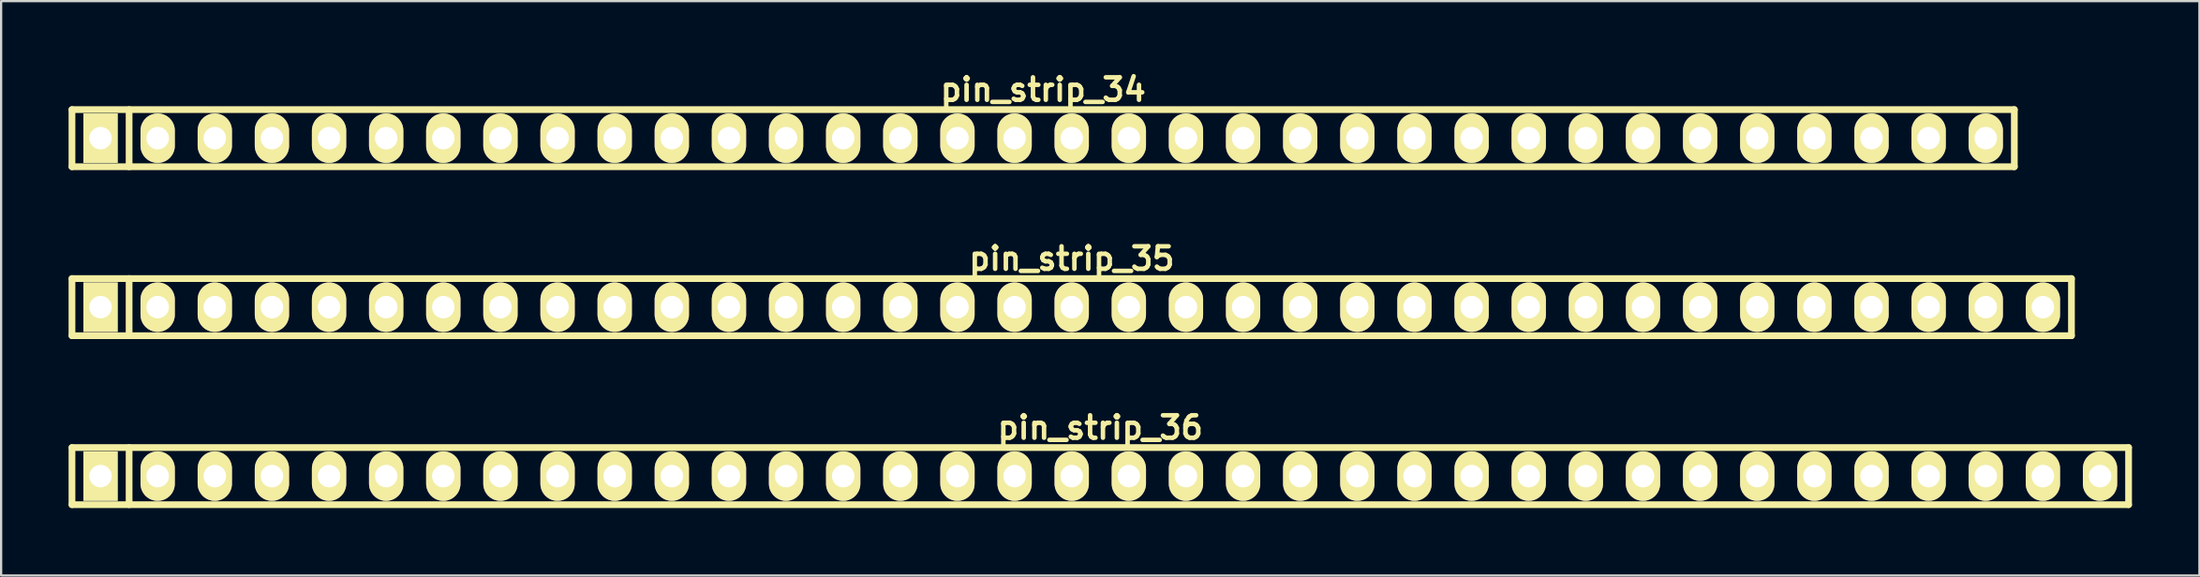
<source format=kicad_pcb>
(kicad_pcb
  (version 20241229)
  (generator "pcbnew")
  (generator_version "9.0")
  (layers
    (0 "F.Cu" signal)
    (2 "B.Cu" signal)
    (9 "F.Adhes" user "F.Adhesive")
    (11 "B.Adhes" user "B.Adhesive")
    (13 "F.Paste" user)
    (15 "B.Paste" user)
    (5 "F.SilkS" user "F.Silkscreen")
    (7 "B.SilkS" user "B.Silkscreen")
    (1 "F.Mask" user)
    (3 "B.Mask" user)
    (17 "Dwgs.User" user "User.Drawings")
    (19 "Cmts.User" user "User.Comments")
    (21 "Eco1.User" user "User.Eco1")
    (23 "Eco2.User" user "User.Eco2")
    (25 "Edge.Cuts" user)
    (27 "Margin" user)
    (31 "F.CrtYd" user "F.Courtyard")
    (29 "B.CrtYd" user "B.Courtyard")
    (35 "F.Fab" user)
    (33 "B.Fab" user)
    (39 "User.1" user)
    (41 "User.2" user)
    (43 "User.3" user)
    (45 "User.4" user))
  (footprint "pin_strip_35"
    (layer "F.Cu")
    (at 44.6 10.61)
    (property "Reference" "pin_strip_35" (at 0 -2.159 0) (layer "F.SilkS") (effects (font (size 1 1) (thickness 0.2))))
    (attr through_hole)
    (fp_line (start -44.45 -1.27) (end 44.45 -1.27) (stroke (width 0.3) (type solid)) (layer "F.SilkS"))
    (fp_line (start -44.45 1.27) (end -44.45 -1.27) (stroke (width 0.3) (type solid)) (layer "F.SilkS"))
    (fp_line (start -41.91 -1.27) (end -41.91 1.27) (stroke (width 0.3) (type solid)) (layer "F.SilkS"))
    (fp_line (start 44.45 -1.27) (end 44.45 1.27) (stroke (width 0.3) (type solid)) (layer "F.SilkS"))
    (fp_line (start 44.45 1.27) (end -44.45 1.27) (stroke (width 0.3) (type solid)) (layer "F.SilkS"))
    (pad "1" thru_hole rect (at -43.18 0) (size 1.524 2.2) (drill 1.001) (layers "*.Cu" "*.Mask" "F.SilkS"))
    (pad "2" thru_hole oval (at -40.64 0) (size 1.524 2.2) (drill 1.001) (layers "*.Cu" "*.Mask" "F.SilkS"))
    (pad "3" thru_hole oval (at -38.1 0) (size 1.524 2.2) (drill 1.001) (layers "*.Cu" "*.Mask" "F.SilkS"))
    (pad "4" thru_hole oval (at -35.56 0) (size 1.524 2.2) (drill 1.001) (layers "*.Cu" "*.Mask" "F.SilkS"))
    (pad "5" thru_hole oval (at -33.02 0) (size 1.524 2.2) (drill 1.001) (layers "*.Cu" "*.Mask" "F.SilkS"))
    (pad "6" thru_hole oval (at -30.48 0) (size 1.524 2.2) (drill 1.001) (layers "*.Cu" "*.Mask" "F.SilkS"))
    (pad "7" thru_hole oval (at -27.94 0) (size 1.524 2.2) (drill 1.001) (layers "*.Cu" "*.Mask" "F.SilkS"))
    (pad "8" thru_hole oval (at -25.4 0) (size 1.524 2.2) (drill 1.001) (layers "*.Cu" "*.Mask" "F.SilkS"))
    (pad "9" thru_hole oval (at -22.86 0) (size 1.524 2.2) (drill 1.001) (layers "*.Cu" "*.Mask" "F.SilkS"))
    (pad "10" thru_hole oval (at -20.32 0) (size 1.524 2.2) (drill 1.001) (layers "*.Cu" "*.Mask" "F.SilkS"))
    (pad "11" thru_hole oval (at -17.78 0) (size 1.524 2.2) (drill 1.001) (layers "*.Cu" "*.Mask" "F.SilkS"))
    (pad "12" thru_hole oval (at -15.24 0) (size 1.524 2.2) (drill 1.001) (layers "*.Cu" "*.Mask" "F.SilkS"))
    (pad "13" thru_hole oval (at -12.7 0) (size 1.524 2.2) (drill 1.001) (layers "*.Cu" "*.Mask" "F.SilkS"))
    (pad "14" thru_hole oval (at -10.16 0) (size 1.524 2.2) (drill 1.001) (layers "*.Cu" "*.Mask" "F.SilkS"))
    (pad "15" thru_hole oval (at -7.62 0) (size 1.524 2.2) (drill 1.001) (layers "*.Cu" "*.Mask" "F.SilkS"))
    (pad "16" thru_hole oval (at -5.08 0) (size 1.524 2.2) (drill 1.001) (layers "*.Cu" "*.Mask" "F.SilkS"))
    (pad "17" thru_hole oval (at -2.54 0) (size 1.524 2.2) (drill 1.001) (layers "*.Cu" "*.Mask" "F.SilkS"))
    (pad "18" thru_hole oval (at 0 0) (size 1.524 2.2) (drill 1.001) (layers "*.Cu" "*.Mask" "F.SilkS"))
    (pad "19" thru_hole oval (at 2.54 0) (size 1.524 2.2) (drill 1.001) (layers "*.Cu" "*.Mask" "F.SilkS"))
    (pad "20" thru_hole oval (at 5.08 0) (size 1.524 2.2) (drill 1.001) (layers "*.Cu" "*.Mask" "F.SilkS"))
    (pad "21" thru_hole oval (at 7.62 0) (size 1.524 2.2) (drill 1.001) (layers "*.Cu" "*.Mask" "F.SilkS"))
    (pad "22" thru_hole oval (at 10.16 0) (size 1.524 2.2) (drill 1.001) (layers "*.Cu" "*.Mask" "F.SilkS"))
    (pad "23" thru_hole oval (at 12.7 0) (size 1.524 2.2) (drill 1.001) (layers "*.Cu" "*.Mask" "F.SilkS"))
    (pad "24" thru_hole oval (at 15.24 0) (size 1.524 2.2) (drill 1.001) (layers "*.Cu" "*.Mask" "F.SilkS"))
    (pad "25" thru_hole oval (at 17.78 0) (size 1.524 2.2) (drill 1.001) (layers "*.Cu" "*.Mask" "F.SilkS"))
    (pad "26" thru_hole oval (at 20.32 0) (size 1.524 2.2) (drill 1.001) (layers "*.Cu" "*.Mask" "F.SilkS"))
    (pad "27" thru_hole oval (at 22.86 0) (size 1.524 2.2) (drill 1.001) (layers "*.Cu" "*.Mask" "F.SilkS"))
    (pad "28" thru_hole oval (at 25.4 0) (size 1.524 2.2) (drill 1.001) (layers "*.Cu" "*.Mask" "F.SilkS"))
    (pad "29" thru_hole oval (at 27.94 0) (size 1.524 2.2) (drill 1.001) (layers "*.Cu" "*.Mask" "F.SilkS"))
    (pad "30" thru_hole oval (at 30.48 0) (size 1.524 2.2) (drill 1.001) (layers "*.Cu" "*.Mask" "F.SilkS"))
    (pad "31" thru_hole oval (at 33.02 0) (size 1.524 2.2) (drill 1.001) (layers "*.Cu" "*.Mask" "F.SilkS"))
    (pad "32" thru_hole oval (at 35.56 0) (size 1.524 2.2) (drill 1.001) (layers "*.Cu" "*.Mask" "F.SilkS"))
    (pad "33" thru_hole oval (at 38.1 0) (size 1.524 2.2) (drill 1.001) (layers "*.Cu" "*.Mask" "F.SilkS"))
    (pad "34" thru_hole oval (at 40.64 0) (size 1.524 2.2) (drill 1.001) (layers "*.Cu" "*.Mask" "F.SilkS"))
    (pad "35" thru_hole oval (at 43.18 0) (size 1.524 2.2) (drill 1.001) (layers "*.Cu" "*.Mask" "F.SilkS")))
  (footprint "pin_strip_36"
    (layer "F.Cu")
    (at 45.87 18.125)
    (property "Reference" "pin_strip_36" (at 0 -2.159 0) (layer "F.SilkS") (effects (font (size 1 1) (thickness 0.2))))
    (attr through_hole)
    (fp_line (start -45.72 -1.27) (end 45.72 -1.27) (stroke (width 0.3) (type solid)) (layer "F.SilkS"))
    (fp_line (start -45.72 1.27) (end -45.72 -1.27) (stroke (width 0.3) (type solid)) (layer "F.SilkS"))
    (fp_line (start -43.18 -1.27) (end -43.18 1.27) (stroke (width 0.3) (type solid)) (layer "F.SilkS"))
    (fp_line (start 45.72 -1.27) (end 45.72 1.27) (stroke (width 0.3) (type solid)) (layer "F.SilkS"))
    (fp_line (start 45.72 1.27) (end -45.72 1.27) (stroke (width 0.3) (type solid)) (layer "F.SilkS"))
    (pad "1" thru_hole rect (at -44.45 0) (size 1.524 2.2) (drill 1.001) (layers "*.Cu" "*.Mask" "F.SilkS"))
    (pad "2" thru_hole oval (at -41.91 0) (size 1.524 2.2) (drill 1.001) (layers "*.Cu" "*.Mask" "F.SilkS"))
    (pad "3" thru_hole oval (at -39.37 0) (size 1.524 2.2) (drill 1.001) (layers "*.Cu" "*.Mask" "F.SilkS"))
    (pad "4" thru_hole oval (at -36.83 0) (size 1.524 2.2) (drill 1.001) (layers "*.Cu" "*.Mask" "F.SilkS"))
    (pad "5" thru_hole oval (at -34.29 0) (size 1.524 2.2) (drill 1.001) (layers "*.Cu" "*.Mask" "F.SilkS"))
    (pad "6" thru_hole oval (at -31.75 0) (size 1.524 2.2) (drill 1.001) (layers "*.Cu" "*.Mask" "F.SilkS"))
    (pad "7" thru_hole oval (at -29.21 0) (size 1.524 2.2) (drill 1.001) (layers "*.Cu" "*.Mask" "F.SilkS"))
    (pad "8" thru_hole oval (at -26.67 0) (size 1.524 2.2) (drill 1.001) (layers "*.Cu" "*.Mask" "F.SilkS"))
    (pad "9" thru_hole oval (at -24.13 0) (size 1.524 2.2) (drill 1.001) (layers "*.Cu" "*.Mask" "F.SilkS"))
    (pad "10" thru_hole oval (at -21.59 0) (size 1.524 2.2) (drill 1.001) (layers "*.Cu" "*.Mask" "F.SilkS"))
    (pad "11" thru_hole oval (at -19.05 0) (size 1.524 2.2) (drill 1.001) (layers "*.Cu" "*.Mask" "F.SilkS"))
    (pad "12" thru_hole oval (at -16.51 0) (size 1.524 2.2) (drill 1.001) (layers "*.Cu" "*.Mask" "F.SilkS"))
    (pad "13" thru_hole oval (at -13.97 0) (size 1.524 2.2) (drill 1.001) (layers "*.Cu" "*.Mask" "F.SilkS"))
    (pad "14" thru_hole oval (at -11.43 0) (size 1.524 2.2) (drill 1.001) (layers "*.Cu" "*.Mask" "F.SilkS"))
    (pad "15" thru_hole oval (at -8.89 0) (size 1.524 2.2) (drill 1.001) (layers "*.Cu" "*.Mask" "F.SilkS"))
    (pad "16" thru_hole oval (at -6.35 0) (size 1.524 2.2) (drill 1.001) (layers "*.Cu" "*.Mask" "F.SilkS"))
    (pad "17" thru_hole oval (at -3.81 0) (size 1.524 2.2) (drill 1.001) (layers "*.Cu" "*.Mask" "F.SilkS"))
    (pad "18" thru_hole oval (at -1.27 0) (size 1.524 2.2) (drill 1.001) (layers "*.Cu" "*.Mask" "F.SilkS"))
    (pad "19" thru_hole oval (at 1.27 0) (size 1.524 2.2) (drill 1.001) (layers "*.Cu" "*.Mask" "F.SilkS"))
    (pad "20" thru_hole oval (at 3.81 0) (size 1.524 2.2) (drill 1.001) (layers "*.Cu" "*.Mask" "F.SilkS"))
    (pad "21" thru_hole oval (at 6.35 0) (size 1.524 2.2) (drill 1.001) (layers "*.Cu" "*.Mask" "F.SilkS"))
    (pad "22" thru_hole oval (at 8.89 0) (size 1.524 2.2) (drill 1.001) (layers "*.Cu" "*.Mask" "F.SilkS"))
    (pad "23" thru_hole oval (at 11.43 0) (size 1.524 2.2) (drill 1.001) (layers "*.Cu" "*.Mask" "F.SilkS"))
    (pad "24" thru_hole oval (at 13.97 0) (size 1.524 2.2) (drill 1.001) (layers "*.Cu" "*.Mask" "F.SilkS"))
    (pad "25" thru_hole oval (at 16.51 0) (size 1.524 2.2) (drill 1.001) (layers "*.Cu" "*.Mask" "F.SilkS"))
    (pad "26" thru_hole oval (at 19.05 0) (size 1.524 2.2) (drill 1.001) (layers "*.Cu" "*.Mask" "F.SilkS"))
    (pad "27" thru_hole oval (at 21.59 0) (size 1.524 2.2) (drill 1.001) (layers "*.Cu" "*.Mask" "F.SilkS"))
    (pad "28" thru_hole oval (at 24.13 0) (size 1.524 2.2) (drill 1.001) (layers "*.Cu" "*.Mask" "F.SilkS"))
    (pad "29" thru_hole oval (at 26.67 0) (size 1.524 2.2) (drill 1.001) (layers "*.Cu" "*.Mask" "F.SilkS"))
    (pad "30" thru_hole oval (at 29.21 0) (size 1.524 2.2) (drill 1.001) (layers "*.Cu" "*.Mask" "F.SilkS"))
    (pad "31" thru_hole oval (at 31.75 0) (size 1.524 2.2) (drill 1.001) (layers "*.Cu" "*.Mask" "F.SilkS"))
    (pad "32" thru_hole oval (at 34.29 0) (size 1.524 2.2) (drill 1.001) (layers "*.Cu" "*.Mask" "F.SilkS"))
    (pad "33" thru_hole oval (at 36.83 0) (size 1.524 2.2) (drill 1.001) (layers "*.Cu" "*.Mask" "F.SilkS"))
    (pad "34" thru_hole oval (at 39.37 0) (size 1.524 2.2) (drill 1.001) (layers "*.Cu" "*.Mask" "F.SilkS"))
    (pad "35" thru_hole oval (at 41.91 0) (size 1.524 2.2) (drill 1.001) (layers "*.Cu" "*.Mask" "F.SilkS"))
    (pad "36" thru_hole oval (at 44.45 0) (size 1.524 2.2) (drill 1.001) (layers "*.Cu" "*.Mask" "F.SilkS")))
  (footprint "pin_strip_34"
    (layer "F.Cu")
    (at 43.33 3.095)
    (property "Reference" "pin_strip_34" (at 0 -2.159 0) (layer "F.SilkS") (effects (font (size 1 1) (thickness 0.2))))
    (attr through_hole)
    (fp_line (start -43.18 -1.27) (end 43.18 -1.27) (stroke (width 0.3) (type solid)) (layer "F.SilkS"))
    (fp_line (start -43.18 1.27) (end -43.18 -1.27) (stroke (width 0.3) (type solid)) (layer "F.SilkS"))
    (fp_line (start -40.64 -1.27) (end -40.64 1.27) (stroke (width 0.3) (type solid)) (layer "F.SilkS"))
    (fp_line (start 43.18 -1.27) (end 43.18 1.27) (stroke (width 0.3) (type solid)) (layer "F.SilkS"))
    (fp_line (start 43.18 1.27) (end -43.18 1.27) (stroke (width 0.3) (type solid)) (layer "F.SilkS"))
    (pad "1" thru_hole rect (at -41.91 0) (size 1.524 2.2) (drill 1.001) (layers "*.Cu" "*.Mask" "F.SilkS"))
    (pad "2" thru_hole oval (at -39.37 0) (size 1.524 2.2) (drill 1.001) (layers "*.Cu" "*.Mask" "F.SilkS"))
    (pad "3" thru_hole oval (at -36.83 0) (size 1.524 2.2) (drill 1.001) (layers "*.Cu" "*.Mask" "F.SilkS"))
    (pad "4" thru_hole oval (at -34.29 0) (size 1.524 2.2) (drill 1.001) (layers "*.Cu" "*.Mask" "F.SilkS"))
    (pad "5" thru_hole oval (at -31.75 0) (size 1.524 2.2) (drill 1.001) (layers "*.Cu" "*.Mask" "F.SilkS"))
    (pad "6" thru_hole oval (at -29.21 0) (size 1.524 2.2) (drill 1.001) (layers "*.Cu" "*.Mask" "F.SilkS"))
    (pad "7" thru_hole oval (at -26.67 0) (size 1.524 2.2) (drill 1.001) (layers "*.Cu" "*.Mask" "F.SilkS"))
    (pad "8" thru_hole oval (at -24.13 0) (size 1.524 2.2) (drill 1.001) (layers "*.Cu" "*.Mask" "F.SilkS"))
    (pad "9" thru_hole oval (at -21.59 0) (size 1.524 2.2) (drill 1.001) (layers "*.Cu" "*.Mask" "F.SilkS"))
    (pad "10" thru_hole oval (at -19.05 0) (size 1.524 2.2) (drill 1.001) (layers "*.Cu" "*.Mask" "F.SilkS"))
    (pad "11" thru_hole oval (at -16.51 0) (size 1.524 2.2) (drill 1.001) (layers "*.Cu" "*.Mask" "F.SilkS"))
    (pad "12" thru_hole oval (at -13.97 0) (size 1.524 2.2) (drill 1.001) (layers "*.Cu" "*.Mask" "F.SilkS"))
    (pad "13" thru_hole oval (at -11.43 0) (size 1.524 2.2) (drill 1.001) (layers "*.Cu" "*.Mask" "F.SilkS"))
    (pad "14" thru_hole oval (at -8.89 0) (size 1.524 2.2) (drill 1.001) (layers "*.Cu" "*.Mask" "F.SilkS"))
    (pad "15" thru_hole oval (at -6.35 0) (size 1.524 2.2) (drill 1.001) (layers "*.Cu" "*.Mask" "F.SilkS"))
    (pad "16" thru_hole oval (at -3.81 0) (size 1.524 2.2) (drill 1.001) (layers "*.Cu" "*.Mask" "F.SilkS"))
    (pad "17" thru_hole oval (at -1.27 0) (size 1.524 2.2) (drill 1.001) (layers "*.Cu" "*.Mask" "F.SilkS"))
    (pad "18" thru_hole oval (at 1.27 0) (size 1.524 2.2) (drill 1.001) (layers "*.Cu" "*.Mask" "F.SilkS"))
    (pad "19" thru_hole oval (at 3.81 0) (size 1.524 2.2) (drill 1.001) (layers "*.Cu" "*.Mask" "F.SilkS"))
    (pad "20" thru_hole oval (at 6.35 0) (size 1.524 2.2) (drill 1.001) (layers "*.Cu" "*.Mask" "F.SilkS"))
    (pad "21" thru_hole oval (at 8.89 0) (size 1.524 2.2) (drill 1.001) (layers "*.Cu" "*.Mask" "F.SilkS"))
    (pad "22" thru_hole oval (at 11.43 0) (size 1.524 2.2) (drill 1.001) (layers "*.Cu" "*.Mask" "F.SilkS"))
    (pad "23" thru_hole oval (at 13.97 0) (size 1.524 2.2) (drill 1.001) (layers "*.Cu" "*.Mask" "F.SilkS"))
    (pad "24" thru_hole oval (at 16.51 0) (size 1.524 2.2) (drill 1.001) (layers "*.Cu" "*.Mask" "F.SilkS"))
    (pad "25" thru_hole oval (at 19.05 0) (size 1.524 2.2) (drill 1.001) (layers "*.Cu" "*.Mask" "F.SilkS"))
    (pad "26" thru_hole oval (at 21.59 0) (size 1.524 2.2) (drill 1.001) (layers "*.Cu" "*.Mask" "F.SilkS"))
    (pad "27" thru_hole oval (at 24.13 0) (size 1.524 2.2) (drill 1.001) (layers "*.Cu" "*.Mask" "F.SilkS"))
    (pad "28" thru_hole oval (at 26.67 0) (size 1.524 2.2) (drill 1.001) (layers "*.Cu" "*.Mask" "F.SilkS"))
    (pad "29" thru_hole oval (at 29.21 0) (size 1.524 2.2) (drill 1.001) (layers "*.Cu" "*.Mask" "F.SilkS"))
    (pad "30" thru_hole oval (at 31.75 0) (size 1.524 2.2) (drill 1.001) (layers "*.Cu" "*.Mask" "F.SilkS"))
    (pad "31" thru_hole oval (at 34.29 0) (size 1.524 2.2) (drill 1.001) (layers "*.Cu" "*.Mask" "F.SilkS"))
    (pad "32" thru_hole oval (at 36.83 0) (size 1.524 2.2) (drill 1.001) (layers "*.Cu" "*.Mask" "F.SilkS"))
    (pad "33" thru_hole oval (at 39.37 0) (size 1.524 2.2) (drill 1.001) (layers "*.Cu" "*.Mask" "F.SilkS"))
    (pad "34" thru_hole oval (at 41.91 0) (size 1.524 2.2) (drill 1.001) (layers "*.Cu" "*.Mask" "F.SilkS")))
  (gr_rect
    (start -3 -3)
    (end 94.74 22.545)
    (stroke (width 0.1) (type default))
    (fill no)
    (layer "Edge.Cuts")))
</source>
